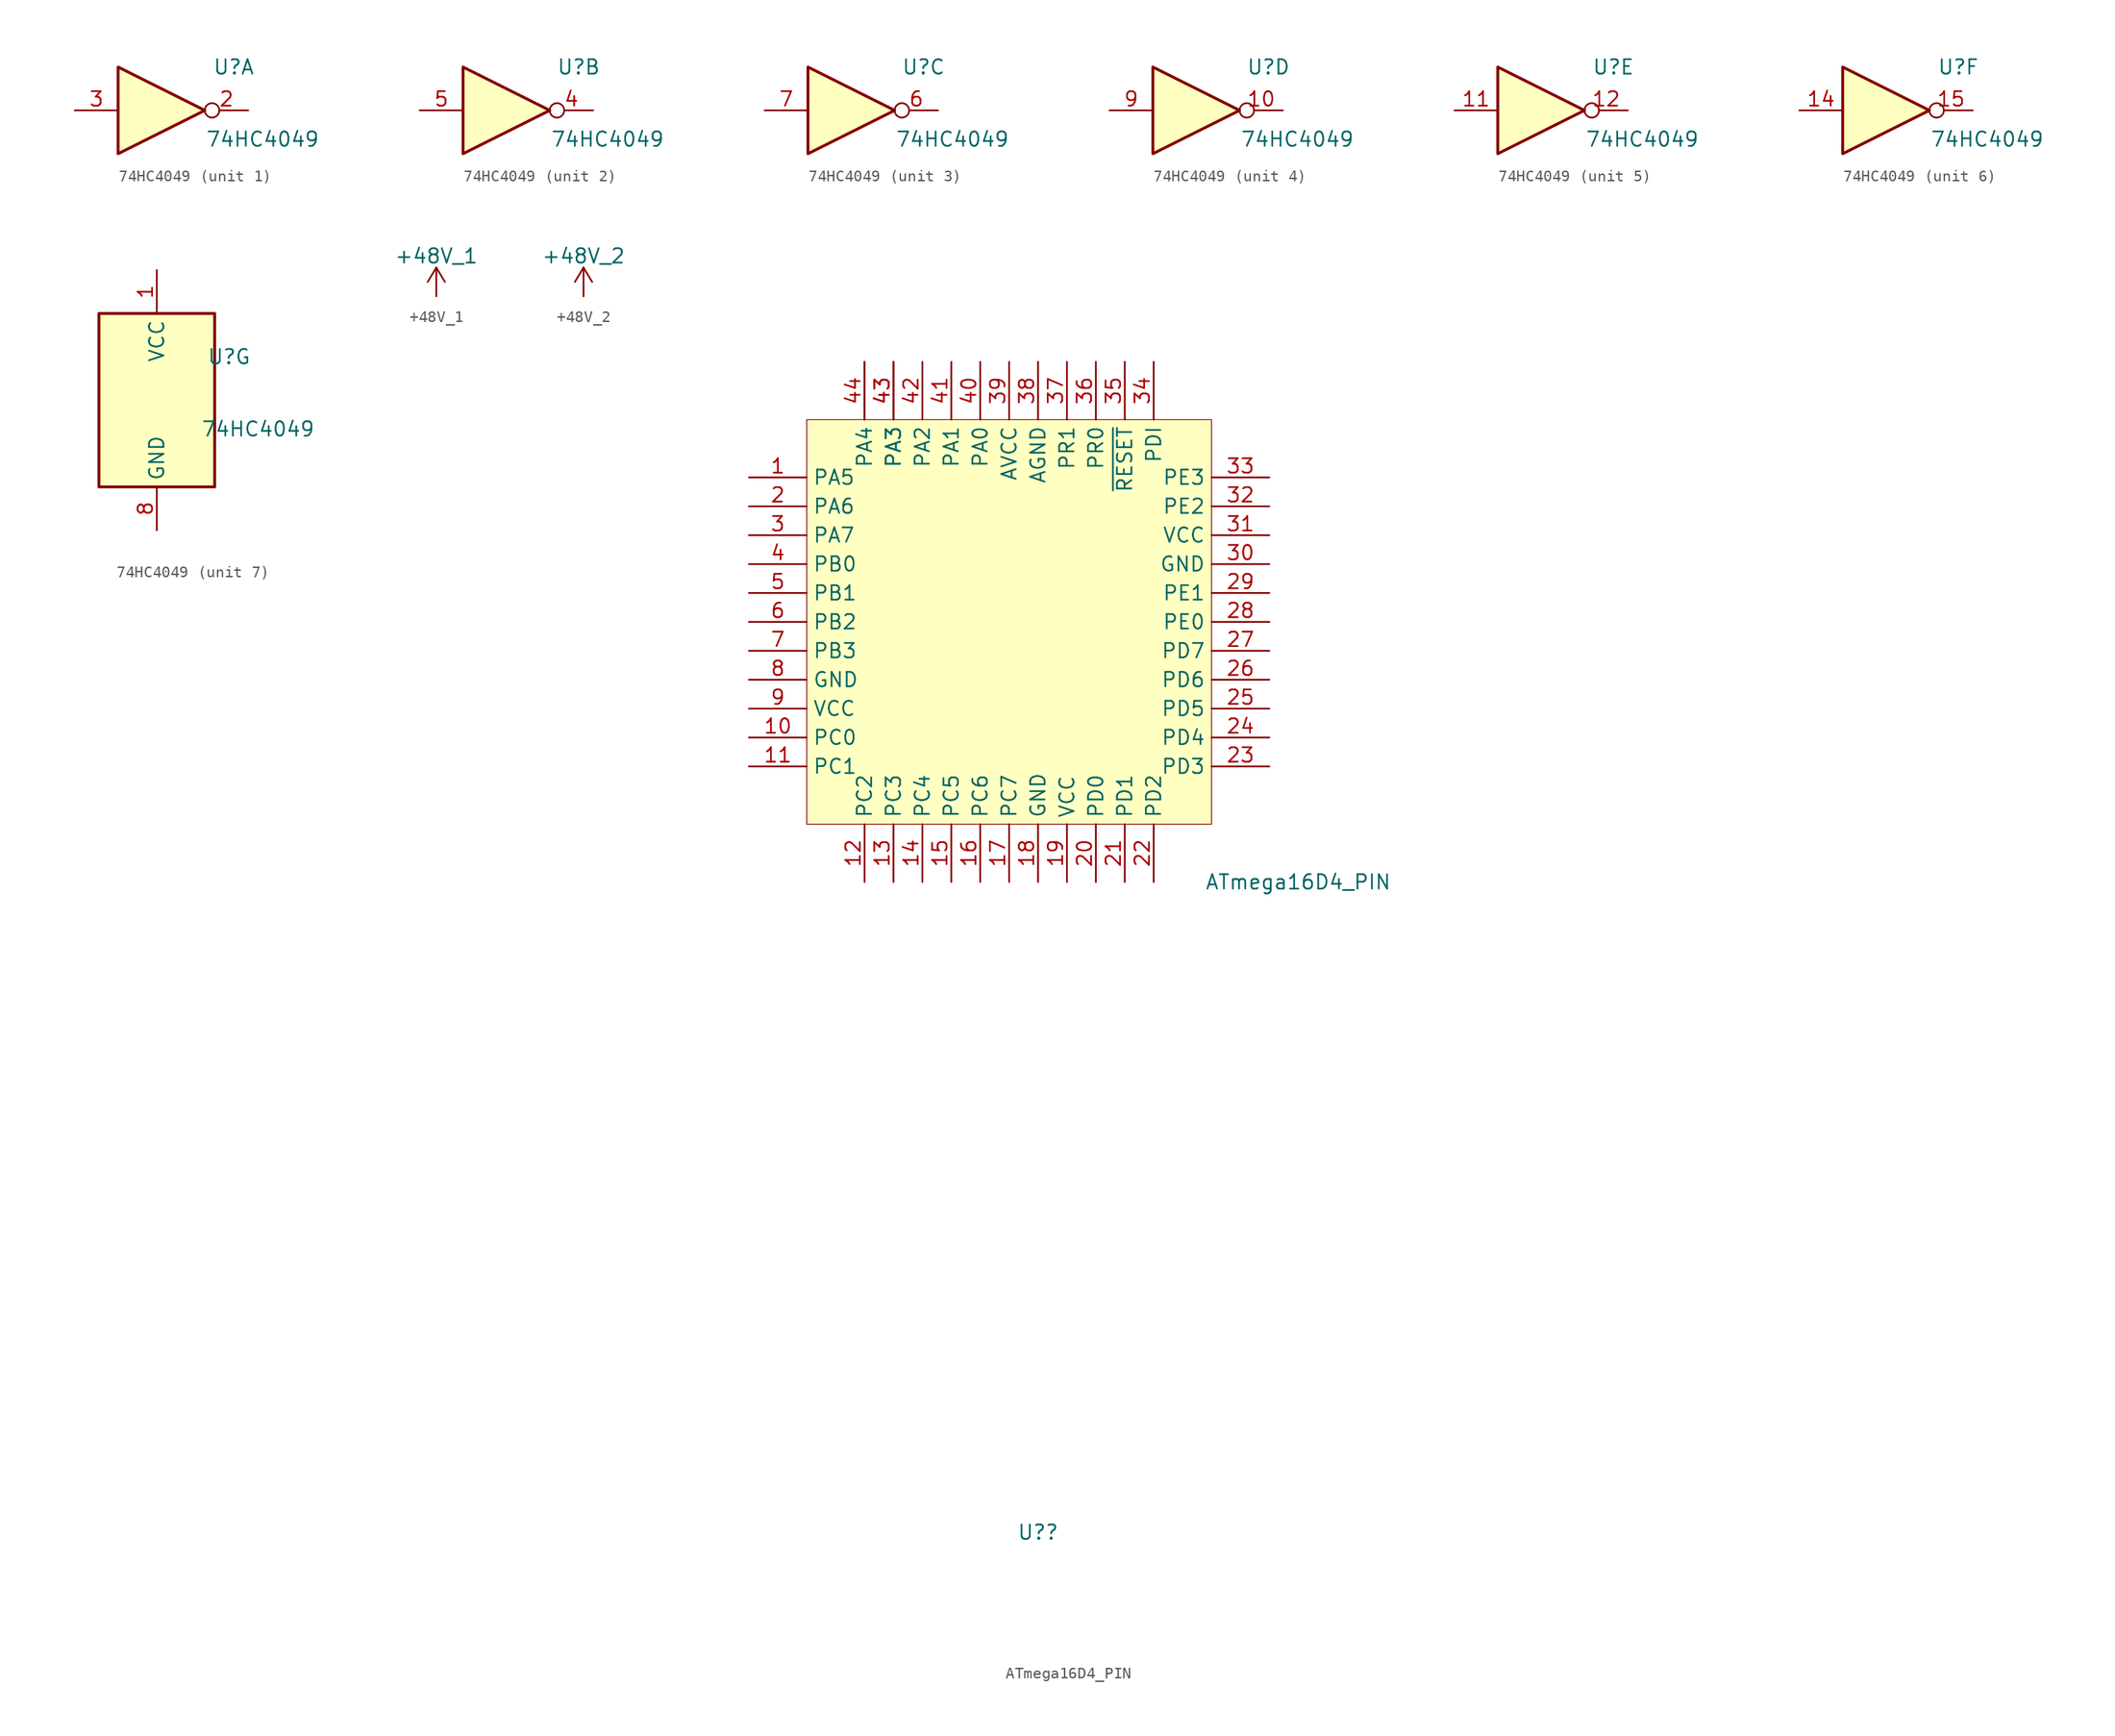
<source format=kicad_sym>
(kicad_symbol_lib
  (version 20220914)
  (generator kicad_symbol_editor)
  (symbol "74HC4049"
    (property "Reference" "U"
      (at 6.35 3.81 0)
      (effects (font (size 1.27 1.27))))
    (property "Value" "74HC4049"
      (at 8.89 -2.54 0)
      (effects (font (size 1.27 1.27))))
    (property "ki_locked" ""
      (at 0 0 0)
      (effects (font (size 1.27 1.27))))
    (symbol "74HC4049_1_0"
      (polyline (pts (xy -3.81 3.81) (xy -3.81 -3.81) (xy 3.81 0) (xy -3.81 3.81)) (stroke (width 0.254) (type default)) (fill (type background)))
      (pin output inverted (at 7.62 0 180) (length 3.81) (name "~" (effects (font (size 1.27 1.27)))) (number "2" (effects (font (size 1.27 1.27)))))
      (pin input line (at -7.62 0 0) (length 3.81) (name "~" (effects (font (size 1.27 1.27)))) (number "3" (effects (font (size 1.27 1.27))))))
    (symbol "74HC4049_2_0"
      (polyline (pts (xy -3.81 3.81) (xy -3.81 -3.81) (xy 3.81 0) (xy -3.81 3.81)) (stroke (width 0.254) (type default)) (fill (type background)))
      (pin output inverted (at 7.62 0 180) (length 3.81) (name "~" (effects (font (size 1.27 1.27)))) (number "4" (effects (font (size 1.27 1.27)))))
      (pin input line (at -7.62 0 0) (length 3.81) (name "~" (effects (font (size 1.27 1.27)))) (number "5" (effects (font (size 1.27 1.27))))))
    (symbol "74HC4049_3_0"
      (polyline (pts (xy -3.81 3.81) (xy -3.81 -3.81) (xy 3.81 0) (xy -3.81 3.81)) (stroke (width 0.254) (type default)) (fill (type background)))
      (pin output inverted (at 7.62 0 180) (length 3.81) (name "~" (effects (font (size 1.27 1.27)))) (number "6" (effects (font (size 1.27 1.27)))))
      (pin input line (at -7.62 0 0) (length 3.81) (name "~" (effects (font (size 1.27 1.27)))) (number "7" (effects (font (size 1.27 1.27))))))
    (symbol "74HC4049_4_0"
      (polyline (pts (xy -3.81 3.81) (xy -3.81 -3.81) (xy 3.81 0) (xy -3.81 3.81)) (stroke (width 0.254) (type default)) (fill (type background)))
      (pin output inverted (at 7.62 0 180) (length 3.81) (name "~" (effects (font (size 1.27 1.27)))) (number "10" (effects (font (size 1.27 1.27)))))
      (pin input line (at -7.62 0 0) (length 3.81) (name "~" (effects (font (size 1.27 1.27)))) (number "9" (effects (font (size 1.27 1.27))))))
    (symbol "74HC4049_5_0"
      (polyline (pts (xy -3.81 3.81) (xy -3.81 -3.81) (xy 3.81 0) (xy -3.81 3.81)) (stroke (width 0.254) (type default)) (fill (type background)))
      (pin input line (at -7.62 0 0) (length 3.81) (name "~" (effects (font (size 1.27 1.27)))) (number "11" (effects (font (size 1.27 1.27)))))
      (pin output inverted (at 7.62 0 180) (length 3.81) (name "~" (effects (font (size 1.27 1.27)))) (number "12" (effects (font (size 1.27 1.27))))))
    (symbol "74HC4049_6_0"
      (polyline (pts (xy -3.81 3.81) (xy -3.81 -3.81) (xy 3.81 0) (xy -3.81 3.81)) (stroke (width 0.254) (type default)) (fill (type background)))
      (pin input line (at -7.62 0 0) (length 3.81) (name "~" (effects (font (size 1.27 1.27)))) (number "14" (effects (font (size 1.27 1.27)))))
      (pin output inverted (at 7.62 0 180) (length 3.81) (name "~" (effects (font (size 1.27 1.27)))) (number "15" (effects (font (size 1.27 1.27))))))
    (symbol "74HC4049_7_0"
      (pin power_in line (at 0 11.43 270) (length 3.81) (name "VCC" (effects (font (size 1.27 1.27)))) (number "1" (effects (font (size 1.27 1.27)))))
      (pin power_in line (at 0 -11.43 90) (length 3.81) (name "GND" (effects (font (size 1.27 1.27)))) (number "8" (effects (font (size 1.27 1.27))))))
    (symbol "74HC4049_7_1"
      (rectangle (start -5.08 7.62) (end 5.08 -7.62) (stroke (width 0.254) (type default)) (fill (type background)))
      (pin no_connect line (at -7.62 0 0) (length 2.54) hide (name "~" (effects (font (size 1.27 1.27)))) (number "13" (effects (font (size 1.27 1.27)))))
      (pin no_connect line (at 7.62 0 180) (length 2.54) hide (name "~" (effects (font (size 1.27 1.27)))) (number "16" (effects (font (size 1.27 1.27)))))))
  (symbol "+48V_1"
    (power)
    (pin_names
      (offset 0))
    (property "Reference" "#PWR"
      (at 0 -3.81 0)
      (effects (font (size 1.27 1.27)) hide))
    (property "Value" "+48V_1"
      (at 0 3.556 0)
      (effects (font (size 1.27 1.27))))
    (symbol "+48V_1_0_1"
      (polyline (pts (xy -0.762 1.27) (xy 0 2.54)) (stroke (width 0) (type default)) (fill (type none)))
      (polyline (pts (xy 0 0) (xy 0 2.54)) (stroke (width 0) (type default)) (fill (type none)))
      (polyline (pts (xy 0 2.54) (xy 0.762 1.27)) (stroke (width 0) (type default)) (fill (type none))))
    (symbol "+48V_1_1_1"
      (pin power_in line (at 0 0 90) (length 0) hide (name "+48V" (effects (font (size 1.27 1.27)))) (number "1" (effects (font (size 1.27 1.27)))))))
  (symbol "+48V_2"
    (power)
    (pin_names
      (offset 0))
    (property "Reference" "#PWR"
      (at 0 -3.81 0)
      (effects (font (size 1.27 1.27)) hide))
    (property "Value" "+48V_2"
      (at 0 3.556 0)
      (effects (font (size 1.27 1.27))))
    (symbol "+48V_2_0_1"
      (polyline (pts (xy -0.762 1.27) (xy 0 2.54)) (stroke (width 0) (type default)) (fill (type none)))
      (polyline (pts (xy 0 0) (xy 0 2.54)) (stroke (width 0) (type default)) (fill (type none)))
      (polyline (pts (xy 0 2.54) (xy 0.762 1.27)) (stroke (width 0) (type default)) (fill (type none))))
    (symbol "+48V_2_1_1"
      (pin power_in line (at 0 0 90) (length 0) hide (name "+48V" (effects (font (size 1.27 1.27)))) (number "1" (effects (font (size 1.27 1.27)))))))
  (symbol "ATmega16D4_PIN"
    (property "Reference" "U?"
      (at 2.54 -80.01 0)
      (effects (font (size 1.27 1.27))))
    (property "Value" "ATmega16D4_PIN"
      (at 25.4 -22.86 0)
      (effects (font (size 1.27 1.27))))
    (symbol "ATmega16D4_PIN_1_0"
      (rectangle (start -17.78 17.78) (end 17.78 -17.78) (stroke (width 0.076) (type default)) (fill (type background)))
      (pin passive line (at -12.7 22.86 270) (length 5.08) (name "" (effects (font (size 1.27 1.27)))) (number "" (effects (font (size 1.27 1.27)))))
      (pin bidirectional line (at -22.86 12.7 0) (length 5.08) (name "PA5" (effects (font (size 1.27 1.27)))) (number "1" (effects (font (size 1.27 1.27)))) (alternate "ADC5" passive line))
      (pin bidirectional line (at -22.86 -10.16 0) (length 5.08) (name "PC0" (effects (font (size 1.27 1.27)))) (number "10" (effects (font (size 1.27 1.27)))) (alternate "OC0A" passive line) (alternate "SDA" passive line))
      (pin bidirectional line (at -22.86 -12.7 0) (length 5.08) (name "PC1" (effects (font (size 1.27 1.27)))) (number "11" (effects (font (size 1.27 1.27)))) (alternate "OC0B" passive line) (alternate "SCL" passive line) (alternate "XCK0" passive line))
      (pin bidirectional line (at -12.7 -22.86 90) (length 5.08) (name "PC2" (effects (font (size 1.27 1.27)))) (number "12" (effects (font (size 1.27 1.27)))) (alternate "OC0C" bidirectional line) (alternate "RXD0" bidirectional line))
      (pin bidirectional line (at -10.16 -22.86 90) (length 5.08) (name "PC3" (effects (font (size 1.27 1.27)))) (number "13" (effects (font (size 1.27 1.27)))) (alternate "OC0D\"\"" bidirectional line) (alternate "TXD0" bidirectional line))
      (pin bidirectional line (at -7.62 -22.86 90) (length 5.08) (name "PC4" (effects (font (size 1.27 1.27)))) (number "14" (effects (font (size 1.27 1.27)))) (alternate "OC1A" bidirectional line) (alternate "~{SS}" bidirectional line))
      (pin bidirectional line (at -5.08 -22.86 90) (length 5.08) (name "PC5" (effects (font (size 1.27 1.27)))) (number "15" (effects (font (size 1.27 1.27)))) (alternate "MOSI" bidirectional line) (alternate "OC1B" bidirectional line))
      (pin bidirectional line (at -2.54 -22.86 90) (length 5.08) (name "PC6" (effects (font (size 1.27 1.27)))) (number "16" (effects (font (size 1.27 1.27)))) (alternate "MISO" bidirectional line))
      (pin bidirectional line (at 0 -22.86 90) (length 5.08) (name "PC7" (effects (font (size 1.27 1.27)))) (number "17" (effects (font (size 1.27 1.27)))) (alternate "SCK" bidirectional line))
      (pin power_in line (at 2.54 -22.86 90) (length 5.08) (name "GND" (effects (font (size 1.27 1.27)))) (number "18" (effects (font (size 1.27 1.27)))))
      (pin power_in line (at 5.08 -22.86 90) (length 5.08) (name "VCC" (effects (font (size 1.27 1.27)))) (number "19" (effects (font (size 1.27 1.27)))))
      (pin bidirectional line (at -22.86 10.16 0) (length 5.08) (name "PA6" (effects (font (size 1.27 1.27)))) (number "2" (effects (font (size 1.27 1.27)))) (alternate "ADC6" bidirectional line))
      (pin bidirectional line (at 7.62 -22.86 90) (length 5.08) (name "PD0" (effects (font (size 1.27 1.27)))) (number "20" (effects (font (size 1.27 1.27)))) (alternate "OC0A" bidirectional line))
      (pin bidirectional line (at 10.16 -22.86 90) (length 5.08) (name "PD1" (effects (font (size 1.27 1.27)))) (number "21" (effects (font (size 1.27 1.27)))) (alternate "OC0B" bidirectional line) (alternate "XCK0" bidirectional line))
      (pin bidirectional line (at 12.7 -22.86 90) (length 5.08) (name "PD2" (effects (font (size 1.27 1.27)))) (number "22" (effects (font (size 1.27 1.27)))) (alternate "OC0C" bidirectional line) (alternate "RXD0" bidirectional line))
      (pin bidirectional line (at 22.86 -12.7 180) (length 5.08) (name "PD3" (effects (font (size 1.27 1.27)))) (number "23" (effects (font (size 1.27 1.27)))) (alternate "OC0D" bidirectional line) (alternate "TXD0" bidirectional line))
      (pin bidirectional line (at 22.86 -10.16 180) (length 5.08) (name "PD4" (effects (font (size 1.27 1.27)))) (number "24" (effects (font (size 1.27 1.27)))) (alternate "~{SS}" bidirectional line))
      (pin bidirectional line (at 22.86 -7.62 180) (length 5.08) (name "PD5" (effects (font (size 1.27 1.27)))) (number "25" (effects (font (size 1.27 1.27)))) (alternate "MOSI" bidirectional line))
      (pin bidirectional line (at 22.86 -5.08 180) (length 5.08) (name "PD6" (effects (font (size 1.27 1.27)))) (number "26" (effects (font (size 1.27 1.27)))) (alternate "MISO" bidirectional line))
      (pin bidirectional line (at 22.86 -2.54 180) (length 5.08) (name "PD7" (effects (font (size 1.27 1.27)))) (number "27" (effects (font (size 1.27 1.27)))) (alternate "SCK" bidirectional line))
      (pin bidirectional line (at 22.86 0 180) (length 5.08) (name "PE0" (effects (font (size 1.27 1.27)))) (number "28" (effects (font (size 1.27 1.27)))) (alternate "OC0A" bidirectional line) (alternate "SDA" bidirectional line))
      (pin bidirectional line (at 22.86 2.54 180) (length 5.08) (name "PE1" (effects (font (size 1.27 1.27)))) (number "29" (effects (font (size 1.27 1.27)))) (alternate "OC0B" bidirectional line) (alternate "SCL" bidirectional line))
      (pin bidirectional line (at -22.86 7.62 0) (length 5.08) (name "PA7" (effects (font (size 1.27 1.27)))) (number "3" (effects (font (size 1.27 1.27)))) (alternate "ADC7" bidirectional line))
      (pin power_in line (at 22.86 5.08 180) (length 5.08) (name "GND" (effects (font (size 1.27 1.27)))) (number "30" (effects (font (size 1.27 1.27)))))
      (pin power_in line (at 22.86 7.62 180) (length 5.08) (name "VCC" (effects (font (size 1.27 1.27)))) (number "31" (effects (font (size 1.27 1.27)))))
      (pin bidirectional line (at 22.86 10.16 180) (length 5.08) (name "PE2" (effects (font (size 1.27 1.27)))) (number "32" (effects (font (size 1.27 1.27)))) (alternate "OC0C" bidirectional line))
      (pin bidirectional line (at 22.86 12.7 180) (length 5.08) (name "PE3" (effects (font (size 1.27 1.27)))) (number "33" (effects (font (size 1.27 1.27)))) (alternate "OC0D" bidirectional line))
      (pin bidirectional line (at 12.7 22.86 270) (length 5.08) (name "PDI" (effects (font (size 1.27 1.27)))) (number "34" (effects (font (size 1.27 1.27)))) (alternate "PDI_DATA" bidirectional line))
      (pin bidirectional line (at 10.16 22.86 270) (length 5.08) (name "~{RESET}" (effects (font (size 1.27 1.27)))) (number "35" (effects (font (size 1.27 1.27)))) (alternate "PDI_CLK" bidirectional line))
      (pin bidirectional line (at 7.62 22.86 270) (length 5.08) (name "PR0" (effects (font (size 1.27 1.27)))) (number "36" (effects (font (size 1.27 1.27)))) (alternate "XTAL2" bidirectional line))
      (pin bidirectional line (at 5.08 22.86 270) (length 5.08) (name "PR1" (effects (font (size 1.27 1.27)))) (number "37" (effects (font (size 1.27 1.27)))) (alternate "TOSC1" bidirectional line) (alternate "XTAL1" bidirectional line))
      (pin power_in line (at 2.54 22.86 270) (length 5.08) (name "AGND" (effects (font (size 1.27 1.27)))) (number "38" (effects (font (size 1.27 1.27)))))
      (pin power_in line (at 0 22.86 270) (length 5.08) (name "AVCC" (effects (font (size 1.27 1.27)))) (number "39" (effects (font (size 1.27 1.27)))))
      (pin bidirectional line (at -22.86 5.08 0) (length 5.08) (name "PB0" (effects (font (size 1.27 1.27)))) (number "4" (effects (font (size 1.27 1.27)))) (alternate "ADC8" bidirectional line) (alternate "AREFB" bidirectional line))
      (pin bidirectional line (at -2.54 22.86 270) (length 5.08) (name "PA0" (effects (font (size 1.27 1.27)))) (number "40" (effects (font (size 1.27 1.27)))) (alternate "ADC0" bidirectional line) (alternate "AREFA" bidirectional line))
      (pin bidirectional line (at -5.08 22.86 270) (length 5.08) (name "PA1" (effects (font (size 1.27 1.27)))) (number "41" (effects (font (size 1.27 1.27)))) (alternate "ADC1" bidirectional line))
      (pin bidirectional line (at -7.62 22.86 270) (length 5.08) (name "PA2" (effects (font (size 1.27 1.27)))) (number "42" (effects (font (size 1.27 1.27)))) (alternate "ADC2" bidirectional line))
      (pin bidirectional line (at -10.16 22.86 270) (length 5.08) (name "PA3" (effects (font (size 1.27 1.27)))) (number "43" (effects (font (size 1.27 1.27)))) (alternate "ADC3" bidirectional line))
      (pin bidirectional line (at -10.16 22.86 270) (length 5.08) (name "PA3" (effects (font (size 1.27 1.27)))) (number "43" (effects (font (size 1.27 1.27)))) (alternate "ADC3" bidirectional line))
      (pin bidirectional line (at -12.7 22.86 270) (length 5.08) (name "PA4" (effects (font (size 1.27 1.27)))) (number "44" (effects (font (size 1.27 1.27)))) (alternate "ADC4" bidirectional line))
      (pin bidirectional line (at -22.86 2.54 0) (length 5.08) (name "PB1" (effects (font (size 1.27 1.27)))) (number "5" (effects (font (size 1.27 1.27)))) (alternate "ADC9" bidirectional line))
      (pin bidirectional line (at -22.86 0 0) (length 5.08) (name "PB2" (effects (font (size 1.27 1.27)))) (number "6" (effects (font (size 1.27 1.27)))) (alternate "ADC10" bidirectional line))
      (pin bidirectional line (at -22.86 -2.54 0) (length 5.08) (name "PB3" (effects (font (size 1.27 1.27)))) (number "7" (effects (font (size 1.27 1.27)))) (alternate "ADC11" bidirectional line))
      (pin power_in line (at -22.86 -5.08 0) (length 5.08) (name "GND" (effects (font (size 1.27 1.27)))) (number "8" (effects (font (size 1.27 1.27)))))
      (pin power_in line (at -22.86 -7.62 0) (length 5.08) (name "VCC" (effects (font (size 1.27 1.27)))) (number "9" (effects (font (size 1.27 1.27))))))))
</source>
